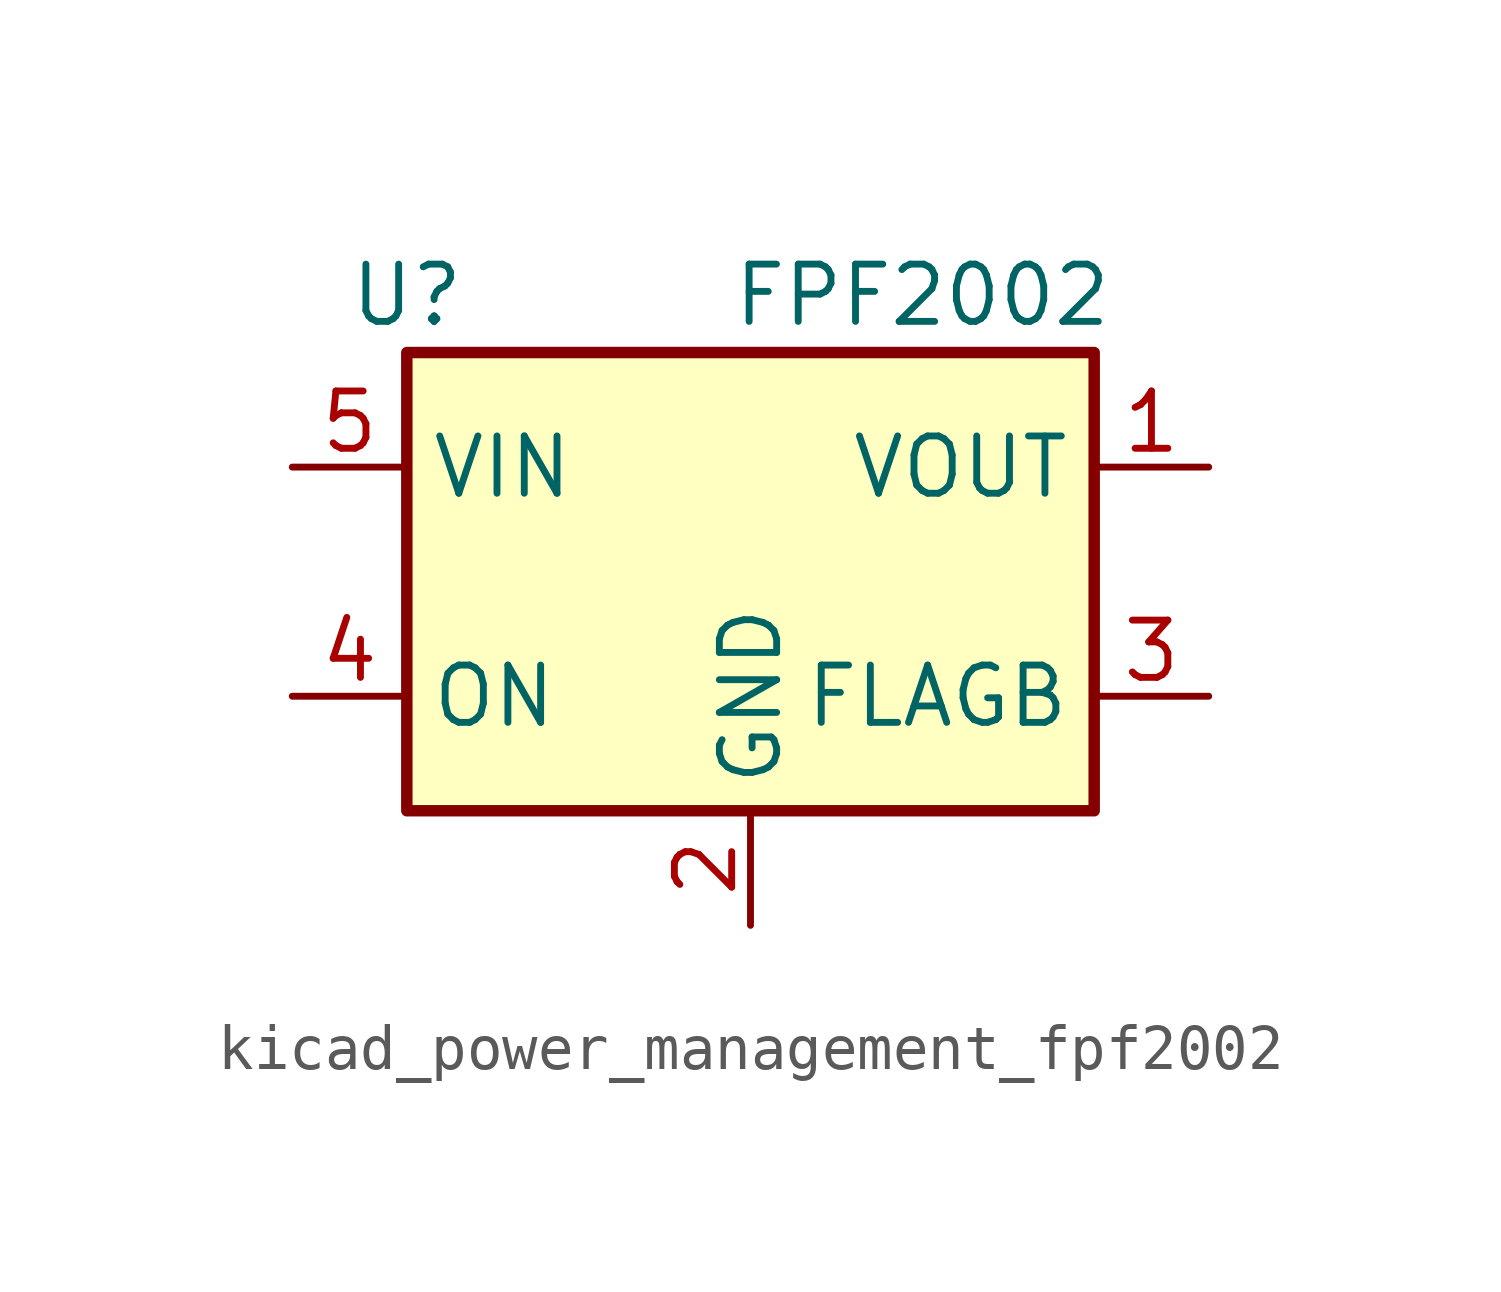
<source format=kicad_sym>
(kicad_symbol_lib
  (version 20220914)
  (generator kicad_symbol_editor)
  (symbol "kicad_power_management_fpf2002"
    (property "Reference" "U"
      (at -7.62 6.35 0)
      (effects (font (size 1.27 1.27))))
    (property "Value" "FPF2002"
      (at 3.81 6.35 0)
      (effects (font (size 1.27 1.27))))
    (symbol "kicad_power_management_fpf2002_0_1"
      (rectangle (start -7.62 5.08) (end 7.62 -5.08) (stroke (width 0.254) (type default)) (fill (type background))))
    (symbol "kicad_power_management_fpf2002_1_1"
      (pin power_out line (at 10.16 2.54 180) (length 2.54) (name "VOUT" (effects (font (size 1.27 1.27)))) (number "1" (effects (font (size 1.27 1.27)))))
      (pin power_in line (at 0 -7.62 90) (length 2.54) (name "GND" (effects (font (size 1.27 1.27)))) (number "2" (effects (font (size 1.27 1.27)))))
      (pin open_collector line (at 10.16 -2.54 180) (length 2.54) (name "FLAGB" (effects (font (size 1.27 1.27)))) (number "3" (effects (font (size 1.27 1.27)))))
      (pin input line (at -10.16 -2.54 0) (length 2.54) (name "ON" (effects (font (size 1.27 1.27)))) (number "4" (effects (font (size 1.27 1.27)))))
      (pin power_in line (at -10.16 2.54 0) (length 2.54) (name "VIN" (effects (font (size 1.27 1.27)))) (number "5" (effects (font (size 1.27 1.27))))))))
</source>
